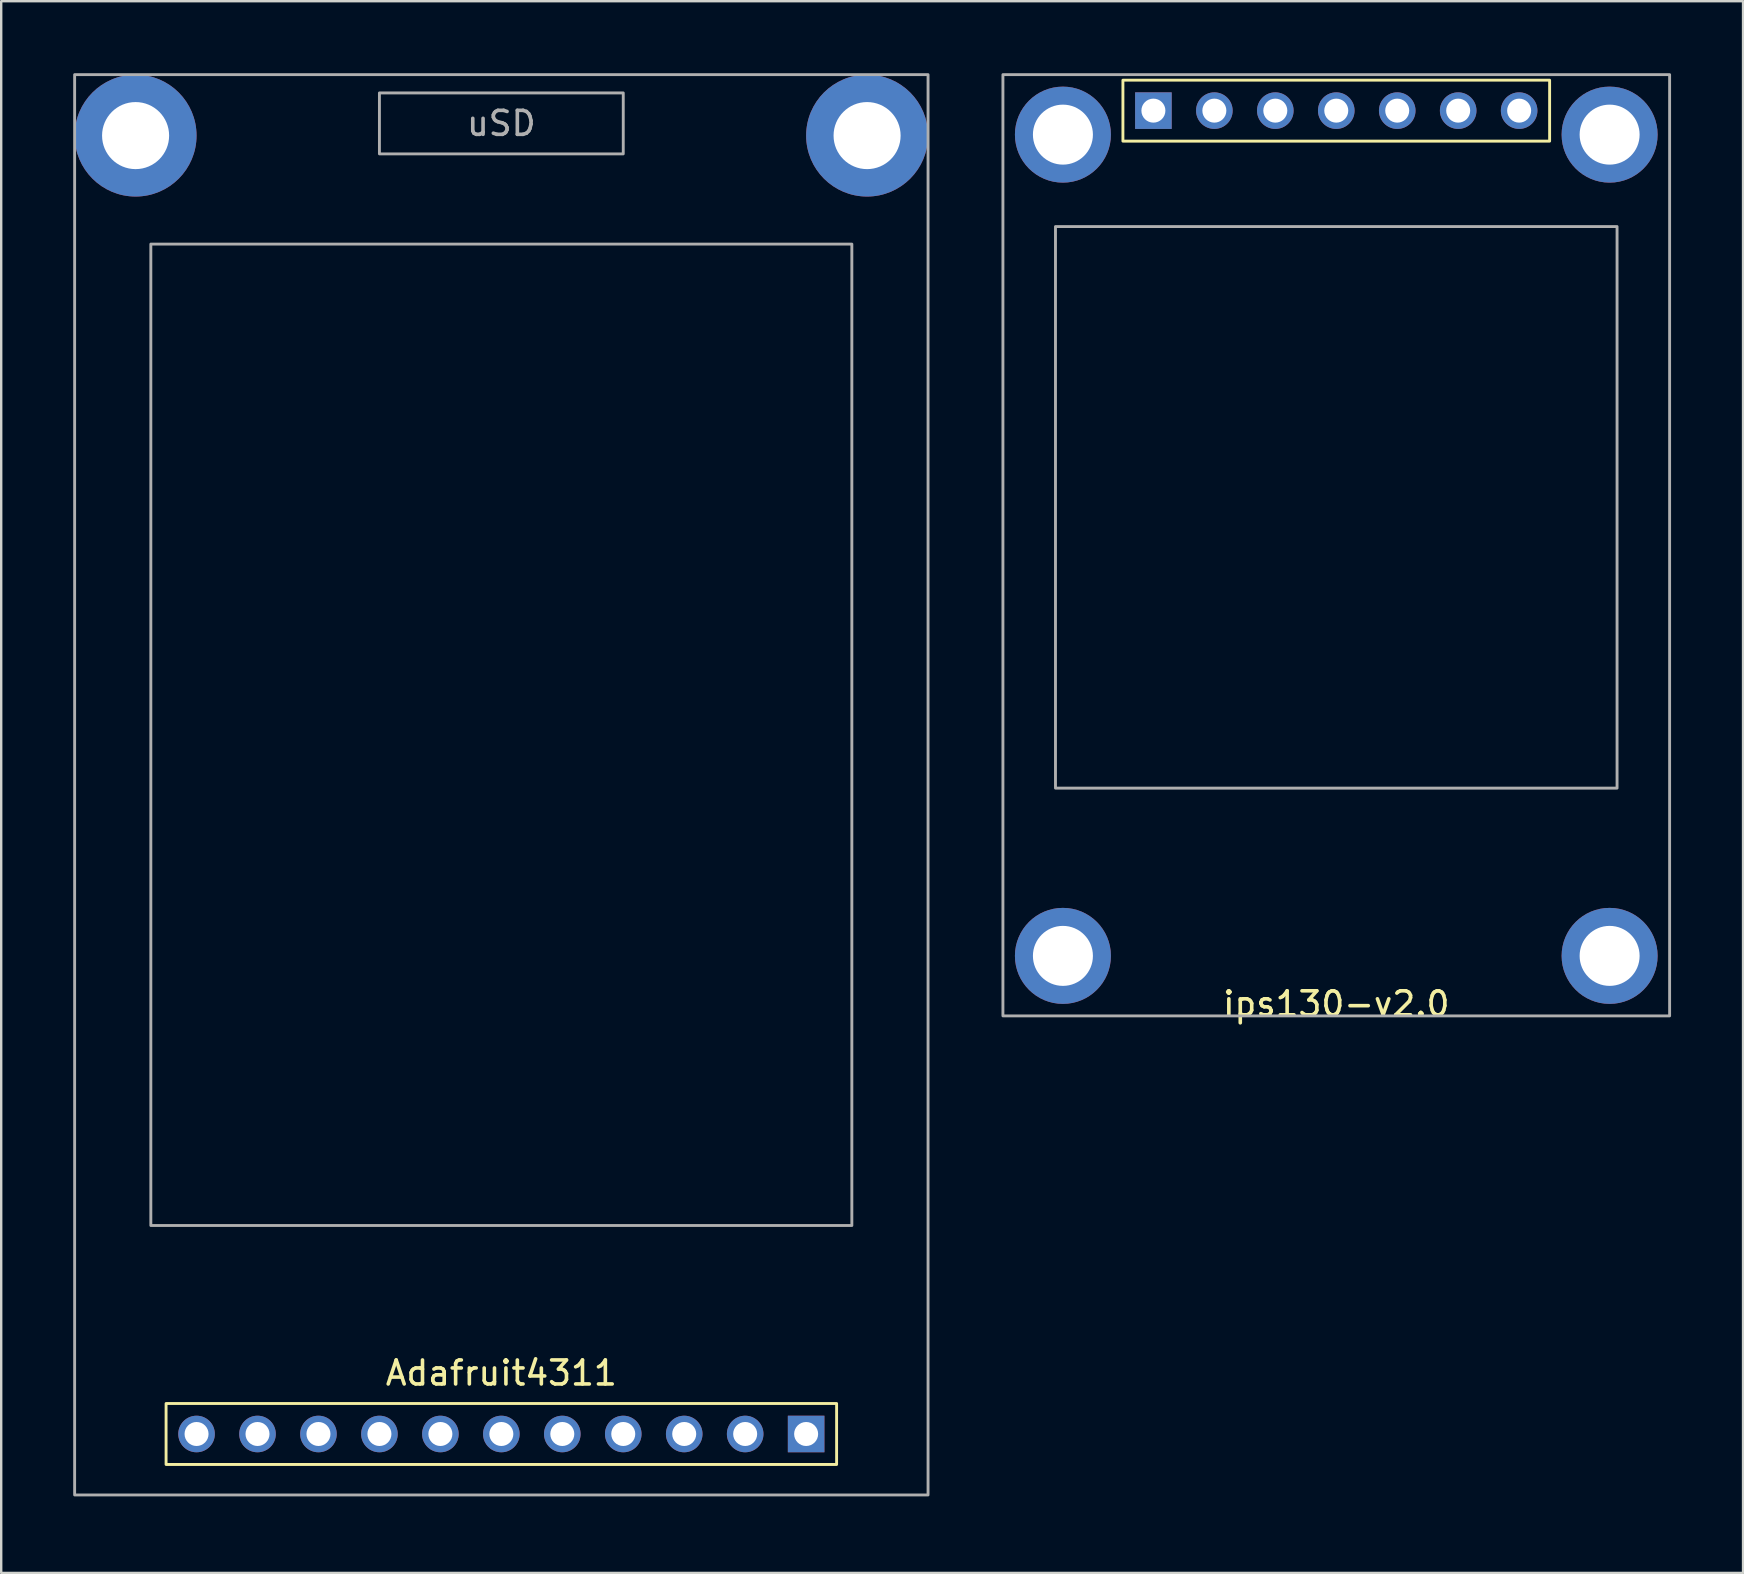
<source format=kicad_pcb>
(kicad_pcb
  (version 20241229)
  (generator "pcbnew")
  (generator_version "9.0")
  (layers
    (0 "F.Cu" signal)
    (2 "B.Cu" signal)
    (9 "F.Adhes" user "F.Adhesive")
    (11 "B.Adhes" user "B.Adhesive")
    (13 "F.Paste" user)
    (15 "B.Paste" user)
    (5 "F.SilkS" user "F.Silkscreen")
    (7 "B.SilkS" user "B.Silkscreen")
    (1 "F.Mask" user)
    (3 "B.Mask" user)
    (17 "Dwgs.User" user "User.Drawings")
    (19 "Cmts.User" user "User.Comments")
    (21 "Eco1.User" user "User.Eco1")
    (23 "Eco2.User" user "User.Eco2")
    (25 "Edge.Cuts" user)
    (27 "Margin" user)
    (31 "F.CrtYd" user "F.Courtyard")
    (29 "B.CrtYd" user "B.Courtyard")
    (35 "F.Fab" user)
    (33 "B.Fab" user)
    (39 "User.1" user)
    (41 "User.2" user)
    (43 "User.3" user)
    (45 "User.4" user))
  (footprint "Adafruit4311"
    (layer "F.Cu")
    (at 17.84 59.242)
    (property "Reference" "Adafruit4311" (at 0 -5.08 0) (unlocked yes) (layer "F.SilkS") (effects (font (size 1 1) (thickness 0.15))))
    (attr through_hole)
    (fp_rect (start -13.97 -3.81) (end 13.97 -1.27) (stroke (width 0.12) (type solid)) (fill no) (layer "F.SilkS"))
    (fp_rect (start -17.78 0) (end 17.78 -59.182) (stroke (width 0.12) (type solid)) (fill no) (layer "F.Fab"))
    (fp_rect (start -14.605 -52.121) (end 14.605 -11.227) (stroke (width 0.12) (type solid)) (fill no) (layer "F.Fab"))
    (fp_rect (start -5.08 -58.42) (end 5.08 -55.88) (stroke (width 0.12) (type solid)) (fill no) (layer "F.Fab"))
    (fp_text user "uSD" (at 0 -57.15 0) (unlocked yes) (layer "F.Fab") (effects (font (size 1 1) (thickness 0.15))))
    (pad "1" thru_hole rect (at 12.7 -2.54) (size 1.524 1.524) (drill 1) (layers "*.Cu" "*.Mask"))
    (pad "2" thru_hole circle (at 10.16 -2.54) (size 1.524 1.524) (drill 1) (layers "*.Cu" "*.Mask"))
    (pad "3" thru_hole circle (at 7.62 -2.54) (size 1.524 1.524) (drill 1) (layers "*.Cu" "*.Mask"))
    (pad "4" thru_hole circle (at 5.08 -2.54) (size 1.524 1.524) (drill 1) (layers "*.Cu" "*.Mask"))
    (pad "5" thru_hole circle (at 2.54 -2.54) (size 1.524 1.524) (drill 1) (layers "*.Cu" "*.Mask"))
    (pad "6" thru_hole circle (at 0 -2.54) (size 1.524 1.524) (drill 1) (layers "*.Cu" "*.Mask"))
    (pad "7" thru_hole circle (at -2.54 -2.54) (size 1.524 1.524) (drill 1) (layers "*.Cu" "*.Mask"))
    (pad "8" thru_hole circle (at -5.08 -2.54) (size 1.524 1.524) (drill 1) (layers "*.Cu" "*.Mask"))
    (pad "9" thru_hole circle (at -7.62 -2.54) (size 1.524 1.524) (drill 1) (layers "*.Cu" "*.Mask"))
    (pad "10" thru_hole circle (at -10.16 -2.54) (size 1.524 1.524) (drill 1) (layers "*.Cu" "*.Mask"))
    (pad "11" thru_hole circle (at -12.7 -2.54) (size 1.524 1.524) (drill 1) (layers "*.Cu" "*.Mask"))
    (pad "12" thru_hole circle (at -15.24 -56.642) (size 5.08 5.08) (drill 2.794) (layers "*.Cu" "*.Mask"))
    (pad "13" thru_hole circle (at 15.24 -56.642) (size 5.08 5.08) (drill 2.794) (layers "*.Cu" "*.Mask")))
  (footprint "ips130-v2.0"
    (layer "F.Cu")
    (at 52.63 39.28)
    (property "Reference" "ips130-v2.0" (at 0 -0.5 0) (unlocked yes) (layer "F.SilkS") (effects (font (size 1 1) (thickness 0.15))))
    (attr through_hole)
    (fp_rect (start -8.89 -38.989) (end 8.89 -36.449) (stroke (width 0.12) (type solid)) (fill no) (layer "F.SilkS"))
    (fp_rect (start -13.89 -39.22) (end 13.89 0) (stroke (width 0.12) (type solid)) (fill no) (layer "F.Fab"))
    (fp_rect (start -11.7 -32.89) (end 11.7 -9.49) (stroke (width 0.12) (type solid)) (fill no) (layer "F.Fab"))
    (pad "1" thru_hole rect (at -7.62 -37.72) (size 1.524 1.524) (drill 1) (layers "*.Cu" "*.Mask"))
    (pad "2" thru_hole circle (at -5.08 -37.72) (size 1.524 1.524) (drill 1) (layers "*.Cu" "*.Mask"))
    (pad "3" thru_hole circle (at -2.54 -37.72) (size 1.524 1.524) (drill 1) (layers "*.Cu" "*.Mask"))
    (pad "4" thru_hole circle (at 0 -37.72) (size 1.524 1.524) (drill 1) (layers "*.Cu" "*.Mask"))
    (pad "5" thru_hole circle (at 2.54 -37.72) (size 1.524 1.524) (drill 1) (layers "*.Cu" "*.Mask"))
    (pad "6" thru_hole circle (at 5.08 -37.72) (size 1.524 1.524) (drill 1) (layers "*.Cu" "*.Mask"))
    (pad "7" thru_hole circle (at 7.62 -37.72) (size 1.524 1.524) (drill 1) (layers "*.Cu" "*.Mask"))
    (pad "8" thru_hole circle (at -11.39 -36.72) (size 4 4) (drill 2.5) (layers "*.Cu" "*.Mask"))
    (pad "9" thru_hole circle (at 11.39 -36.72) (size 4 4) (drill 2.5) (layers "*.Cu" "*.Mask"))
    (pad "10" thru_hole circle (at 11.39 -2.5) (size 4 4) (drill 2.5) (layers "*.Cu" "*.Mask"))
    (pad "11" thru_hole circle (at -11.39 -2.5) (size 4 4) (drill 2.5) (layers "*.Cu" "*.Mask")))
  (gr_rect
    (start -3 -3)
    (end 69.58 62.492)
    (stroke (width 0.1) (type default))
    (fill no)
    (layer "Edge.Cuts")))
</source>
